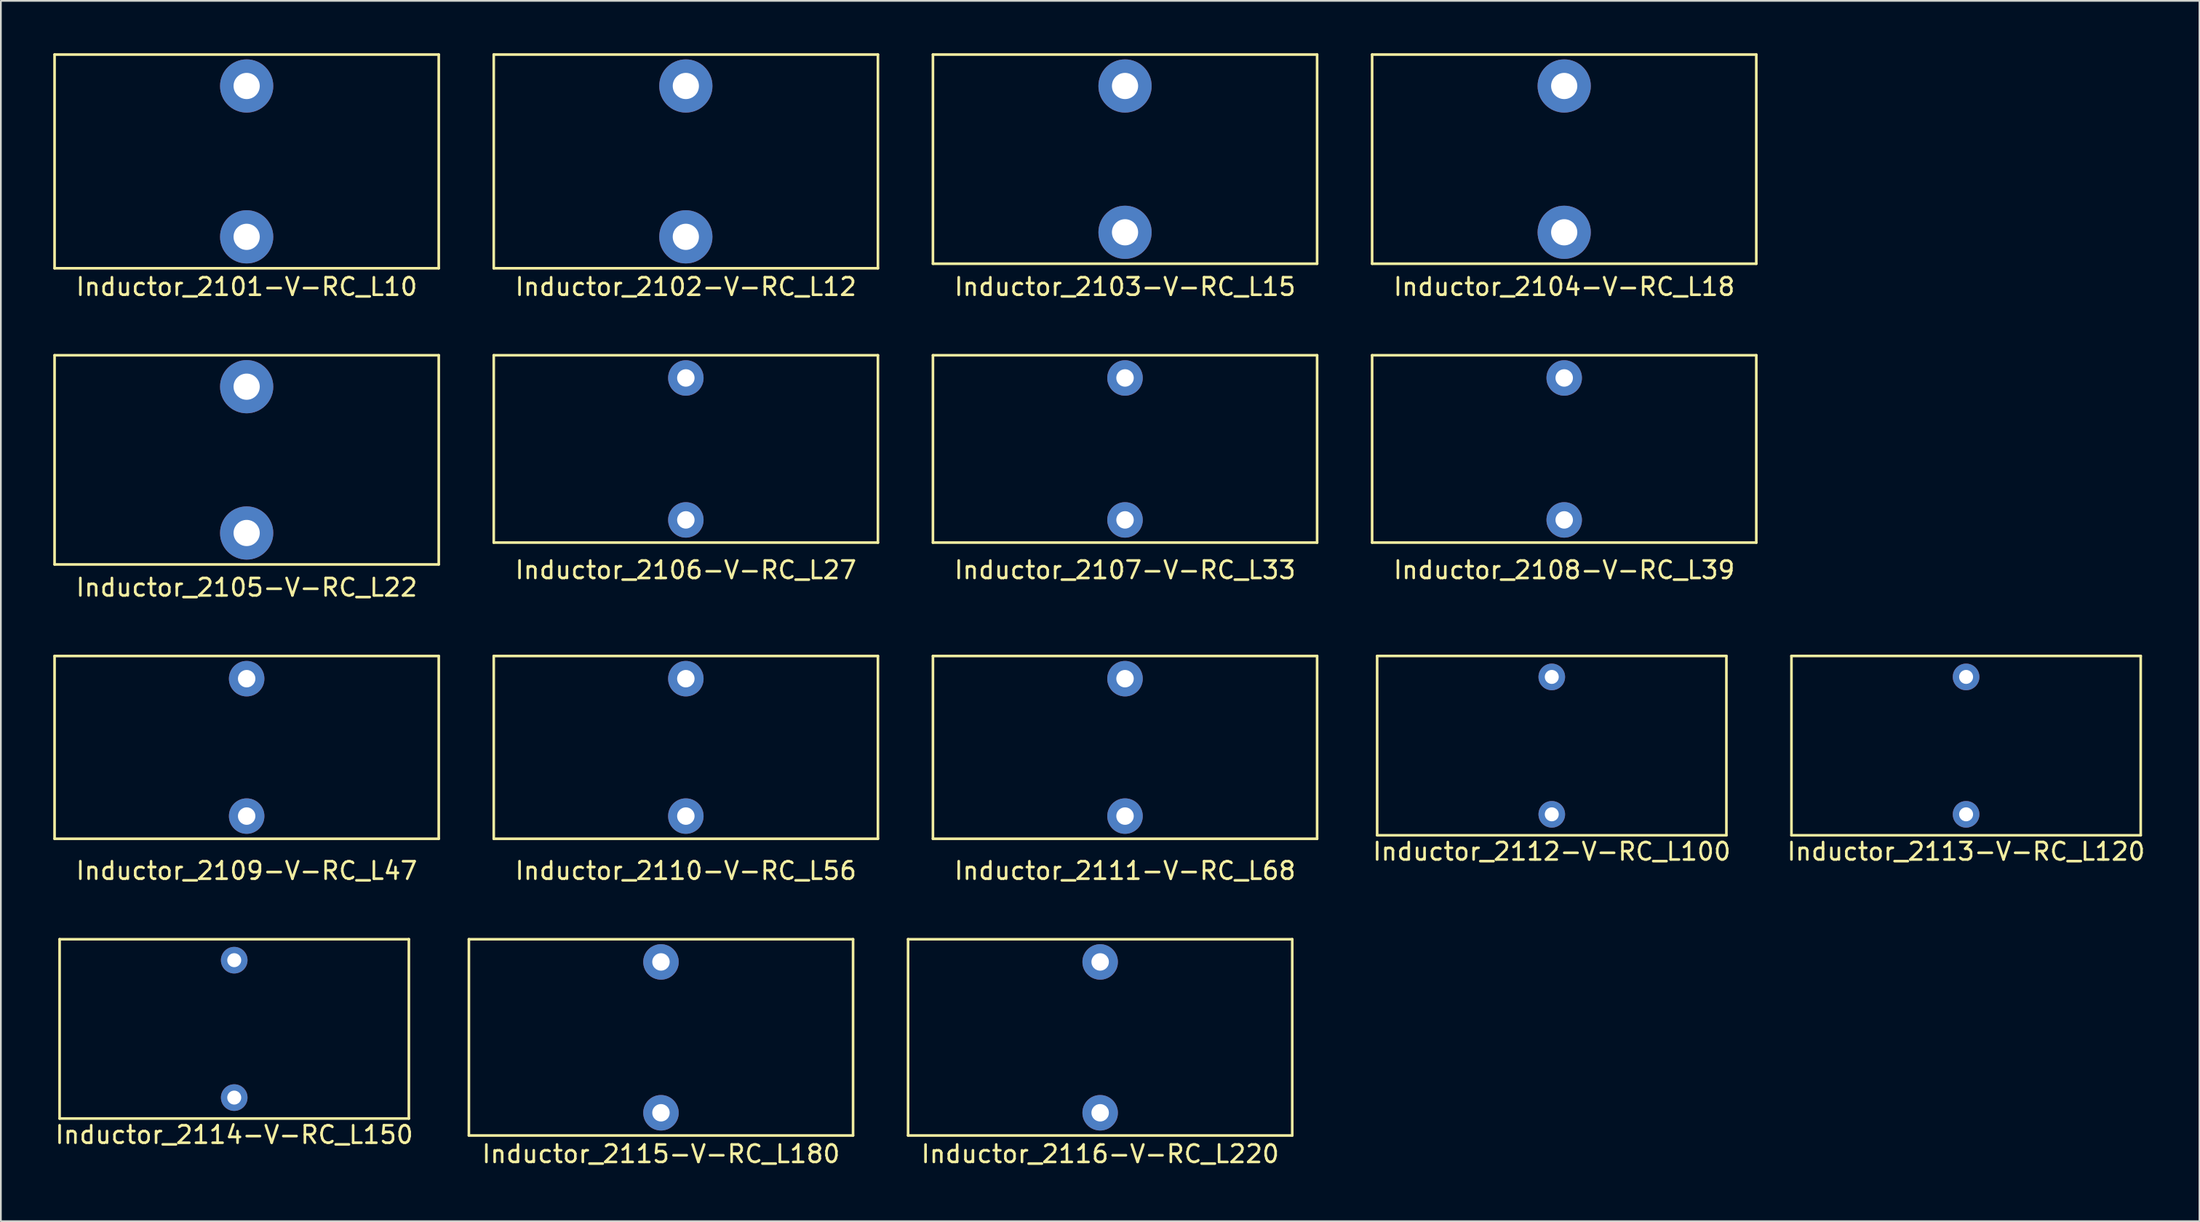
<source format=kicad_pcb>
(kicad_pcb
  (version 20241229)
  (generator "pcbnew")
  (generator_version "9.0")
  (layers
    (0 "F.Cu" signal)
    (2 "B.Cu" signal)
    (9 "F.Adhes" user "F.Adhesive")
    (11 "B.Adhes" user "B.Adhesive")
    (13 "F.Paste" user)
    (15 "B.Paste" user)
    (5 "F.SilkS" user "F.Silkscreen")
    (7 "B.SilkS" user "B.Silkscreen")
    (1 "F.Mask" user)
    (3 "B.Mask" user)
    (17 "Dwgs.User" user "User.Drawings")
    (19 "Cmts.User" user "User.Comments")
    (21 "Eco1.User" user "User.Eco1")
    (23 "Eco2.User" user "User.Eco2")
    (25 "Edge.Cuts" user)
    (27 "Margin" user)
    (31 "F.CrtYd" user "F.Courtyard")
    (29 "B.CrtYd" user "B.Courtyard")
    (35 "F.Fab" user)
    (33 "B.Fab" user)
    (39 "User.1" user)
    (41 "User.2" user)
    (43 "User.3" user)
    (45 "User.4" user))
  (footprint "Inductor_2110-V-RC_L56"
    (layer "F.Cu")
    (at 36.225 35.822)
    (property "Reference" "Inductor_2110-V-RC_L56" (at 0 11 0) (layer "F.SilkS") (effects (font (size 1 1) (thickness 0.15))))
    (attr through_hole)
    (fp_line (start -11 -1.3) (end -11 9.17) (stroke (width 0.15) (type solid)) (layer "F.SilkS"))
    (fp_line (start -11 -1.3) (end 11 -1.3) (stroke (width 0.15) (type solid)) (layer "F.SilkS"))
    (fp_line (start -11 9.17) (end 11 9.17) (stroke (width 0.15) (type solid)) (layer "F.SilkS"))
    (fp_line (start 11 -1.3) (end 11 9.17) (stroke (width 0.15) (type solid)) (layer "F.SilkS"))
    (pad "1" thru_hole circle (at 0 0) (size 2.032 2.032) (drill 1) (layers "*.Cu" "*.Mask"))
    (pad "2" thru_hole circle (at 0 7.87) (size 2.032 2.032) (drill 1) (layers "*.Cu" "*.Mask")))
  (footprint "Inductor_2105-V-RC_L22"
    (layer "F.Cu")
    (at 11.075 19.098)
    (property "Reference" "Inductor_2105-V-RC_L22" (at 0 11.5 0) (layer "F.SilkS") (effects (font (size 1 1) (thickness 0.15))))
    (attr through_hole)
    (fp_line (start -11 -1.8) (end -11 10.18) (stroke (width 0.15) (type solid)) (layer "F.SilkS"))
    (fp_line (start -11 -1.8) (end 11 -1.8) (stroke (width 0.15) (type solid)) (layer "F.SilkS"))
    (fp_line (start -11 10.18) (end 11 10.18) (stroke (width 0.15) (type solid)) (layer "F.SilkS"))
    (fp_line (start 11 -1.8) (end 11 10.18) (stroke (width 0.15) (type solid)) (layer "F.SilkS"))
    (pad "1" thru_hole circle (at 0 0) (size 3.048 3.048) (drill 1.5) (layers "*.Cu" "*.Mask"))
    (pad "2" thru_hole circle (at 0 8.38) (size 3.048 3.048) (drill 1.5) (layers "*.Cu" "*.Mask")))
  (footprint "Inductor_2109-V-RC_L47"
    (layer "F.Cu")
    (at 11.075 35.822)
    (property "Reference" "Inductor_2109-V-RC_L47" (at 0 11 0) (layer "F.SilkS") (effects (font (size 1 1) (thickness 0.15))))
    (attr through_hole)
    (fp_line (start -11 -1.3) (end -11 9.17) (stroke (width 0.15) (type solid)) (layer "F.SilkS"))
    (fp_line (start -11 -1.3) (end 11 -1.3) (stroke (width 0.15) (type solid)) (layer "F.SilkS"))
    (fp_line (start -11 9.17) (end 11 9.17) (stroke (width 0.15) (type solid)) (layer "F.SilkS"))
    (fp_line (start 11 -1.3) (end 11 9.17) (stroke (width 0.15) (type solid)) (layer "F.SilkS"))
    (pad "1" thru_hole circle (at 0 0) (size 2.032 2.032) (drill 1) (layers "*.Cu" "*.Mask"))
    (pad "2" thru_hole circle (at 0 7.87) (size 2.032 2.032) (drill 1) (layers "*.Cu" "*.Mask")))
  (footprint "Inductor_2102-V-RC_L12"
    (layer "F.Cu")
    (at 36.225 1.875)
    (property "Reference" "Inductor_2102-V-RC_L12" (at 0 11.5 0) (layer "F.SilkS") (effects (font (size 1 1) (thickness 0.15))))
    (attr through_hole)
    (fp_line (start -11 -1.8) (end -11 10.44) (stroke (width 0.15) (type solid)) (layer "F.SilkS"))
    (fp_line (start -11 -1.8) (end 11 -1.8) (stroke (width 0.15) (type solid)) (layer "F.SilkS"))
    (fp_line (start -11 10.44) (end 11 10.44) (stroke (width 0.15) (type solid)) (layer "F.SilkS"))
    (fp_line (start 11 -1.8) (end 11 10.44) (stroke (width 0.15) (type solid)) (layer "F.SilkS"))
    (pad "1" thru_hole circle (at 0 0) (size 3.048 3.048) (drill 1.5) (layers "*.Cu" "*.Mask"))
    (pad "2" thru_hole circle (at 0 8.64) (size 3.048 3.048) (drill 1.5) (layers "*.Cu" "*.Mask")))
  (footprint "Inductor_2104-V-RC_L18"
    (layer "F.Cu")
    (at 86.525 1.875)
    (property "Reference" "Inductor_2104-V-RC_L18" (at 0 11.5 0) (layer "F.SilkS") (effects (font (size 1 1) (thickness 0.15))))
    (attr through_hole)
    (fp_line (start -11 -1.8) (end -11 10.18) (stroke (width 0.15) (type solid)) (layer "F.SilkS"))
    (fp_line (start -11 -1.8) (end 11 -1.8) (stroke (width 0.15) (type solid)) (layer "F.SilkS"))
    (fp_line (start -11 10.18) (end 11 10.18) (stroke (width 0.15) (type solid)) (layer "F.SilkS"))
    (fp_line (start 11 -1.8) (end 11 10.18) (stroke (width 0.15) (type solid)) (layer "F.SilkS"))
    (pad "1" thru_hole circle (at 0 0) (size 3.048 3.048) (drill 1.5) (layers "*.Cu" "*.Mask"))
    (pad "2" thru_hole circle (at 0 8.38) (size 3.048 3.048) (drill 1.5) (layers "*.Cu" "*.Mask")))
  (footprint "Inductor_2115-V-RC_L180"
    (layer "F.Cu")
    (at 34.801 52.045)
    (property "Reference" "Inductor_2115-V-RC_L180" (at 0 11 0) (layer "F.SilkS") (effects (font (size 1 1) (thickness 0.15))))
    (attr through_hole)
    (fp_line (start -11 -1.3) (end -11 9.94) (stroke (width 0.15) (type solid)) (layer "F.SilkS"))
    (fp_line (start -11 -1.3) (end 11 -1.3) (stroke (width 0.15) (type solid)) (layer "F.SilkS"))
    (fp_line (start -11 9.94) (end 11 9.94) (stroke (width 0.15) (type solid)) (layer "F.SilkS"))
    (fp_line (start 11 -1.3) (end 11 9.94) (stroke (width 0.15) (type solid)) (layer "F.SilkS"))
    (pad "1" thru_hole circle (at 0 0) (size 2.032 2.032) (drill 1) (layers "*.Cu" "*.Mask"))
    (pad "2" thru_hole circle (at 0 8.64) (size 2.032 2.032) (drill 1) (layers "*.Cu" "*.Mask")))
  (footprint "Inductor_2114-V-RC_L150"
    (layer "F.Cu")
    (at 10.363 51.945)
    (property "Reference" "Inductor_2114-V-RC_L150" (at 0 10 0) (layer "F.SilkS") (effects (font (size 1 1) (thickness 0.15))))
    (attr through_hole)
    (fp_line (start -10 -1.2) (end -10 9.07) (stroke (width 0.15) (type solid)) (layer "F.SilkS"))
    (fp_line (start -10 -1.2) (end 10 -1.2) (stroke (width 0.15) (type solid)) (layer "F.SilkS"))
    (fp_line (start -10 9.07) (end 10 9.07) (stroke (width 0.15) (type solid)) (layer "F.SilkS"))
    (fp_line (start 10 -1.2) (end 10 9.07) (stroke (width 0.15) (type solid)) (layer "F.SilkS"))
    (pad "1" thru_hole circle (at 0 0) (size 1.524 1.524) (drill 0.8) (layers "*.Cu" "*.Mask"))
    (pad "2" thru_hole circle (at 0 7.87) (size 1.524 1.524) (drill 0.8) (layers "*.Cu" "*.Mask")))
  (footprint "Inductor_2103-V-RC_L15"
    (layer "F.Cu")
    (at 61.375 1.875)
    (property "Reference" "Inductor_2103-V-RC_L15" (at 0 11.5 0) (layer "F.SilkS") (effects (font (size 1 1) (thickness 0.15))))
    (attr through_hole)
    (fp_line (start -11 -1.8) (end -11 10.18) (stroke (width 0.15) (type solid)) (layer "F.SilkS"))
    (fp_line (start -11 -1.8) (end 11 -1.8) (stroke (width 0.15) (type solid)) (layer "F.SilkS"))
    (fp_line (start -11 10.18) (end 11 10.18) (stroke (width 0.15) (type solid)) (layer "F.SilkS"))
    (fp_line (start 11 -1.8) (end 11 10.18) (stroke (width 0.15) (type solid)) (layer "F.SilkS"))
    (pad "1" thru_hole circle (at 0 0) (size 3.048 3.048) (drill 1.5) (layers "*.Cu" "*.Mask"))
    (pad "2" thru_hole circle (at 0 8.38) (size 3.048 3.048) (drill 1.5) (layers "*.Cu" "*.Mask")))
  (footprint "Inductor_2101-V-RC_L10"
    (layer "F.Cu")
    (at 11.075 1.875)
    (property "Reference" "Inductor_2101-V-RC_L10" (at 0 11.5 0) (layer "F.SilkS") (effects (font (size 1 1) (thickness 0.15))))
    (attr through_hole)
    (fp_line (start -11 -1.8) (end -11 10.44) (stroke (width 0.15) (type solid)) (layer "F.SilkS"))
    (fp_line (start -11 -1.8) (end 11 -1.8) (stroke (width 0.15) (type solid)) (layer "F.SilkS"))
    (fp_line (start -11 10.44) (end 11 10.44) (stroke (width 0.15) (type solid)) (layer "F.SilkS"))
    (fp_line (start 11 -1.8) (end 11 10.44) (stroke (width 0.15) (type solid)) (layer "F.SilkS"))
    (pad "1" thru_hole circle (at 0 0) (size 3.048 3.048) (drill 1.5) (layers "*.Cu" "*.Mask"))
    (pad "2" thru_hole circle (at 0 8.64) (size 3.048 3.048) (drill 1.5) (layers "*.Cu" "*.Mask")))
  (footprint "Inductor_2116-V-RC_L220"
    (layer "F.Cu")
    (at 59.951 52.045)
    (property "Reference" "Inductor_2116-V-RC_L220" (at 0 11 0) (layer "F.SilkS") (effects (font (size 1 1) (thickness 0.15))))
    (attr through_hole)
    (fp_line (start -11 -1.3) (end -11 9.94) (stroke (width 0.15) (type solid)) (layer "F.SilkS"))
    (fp_line (start -11 -1.3) (end 11 -1.3) (stroke (width 0.15) (type solid)) (layer "F.SilkS"))
    (fp_line (start -11 9.94) (end 11 9.94) (stroke (width 0.15) (type solid)) (layer "F.SilkS"))
    (fp_line (start 11 -1.3) (end 11 9.94) (stroke (width 0.15) (type solid)) (layer "F.SilkS"))
    (pad "1" thru_hole circle (at 0 0) (size 2.032 2.032) (drill 1) (layers "*.Cu" "*.Mask"))
    (pad "2" thru_hole circle (at 0 8.64) (size 2.032 2.032) (drill 1) (layers "*.Cu" "*.Mask")))
  (footprint "Inductor_2112-V-RC_L100"
    (layer "F.Cu")
    (at 85.813 35.721)
    (property "Reference" "Inductor_2112-V-RC_L100" (at 0 10 0) (layer "F.SilkS") (effects (font (size 1 1) (thickness 0.15))))
    (attr through_hole)
    (fp_line (start -10 -1.2) (end -10 9.07) (stroke (width 0.15) (type solid)) (layer "F.SilkS"))
    (fp_line (start -10 -1.2) (end 10 -1.2) (stroke (width 0.15) (type solid)) (layer "F.SilkS"))
    (fp_line (start -10 9.07) (end 10 9.07) (stroke (width 0.15) (type solid)) (layer "F.SilkS"))
    (fp_line (start 10 -1.2) (end 10 9.07) (stroke (width 0.15) (type solid)) (layer "F.SilkS"))
    (pad "1" thru_hole circle (at 0 0) (size 1.524 1.524) (drill 0.8) (layers "*.Cu" "*.Mask"))
    (pad "2" thru_hole circle (at 0 7.87) (size 1.524 1.524) (drill 0.8) (layers "*.Cu" "*.Mask")))
  (footprint "Inductor_2108-V-RC_L39"
    (layer "F.Cu")
    (at 86.525 18.598)
    (property "Reference" "Inductor_2108-V-RC_L39" (at 0 11 0) (layer "F.SilkS") (effects (font (size 1 1) (thickness 0.15))))
    (attr through_hole)
    (fp_line (start -11 -1.3) (end -11 9.43) (stroke (width 0.15) (type solid)) (layer "F.SilkS"))
    (fp_line (start -11 -1.3) (end 11 -1.3) (stroke (width 0.15) (type solid)) (layer "F.SilkS"))
    (fp_line (start -11 9.43) (end 11 9.43) (stroke (width 0.15) (type solid)) (layer "F.SilkS"))
    (fp_line (start 11 -1.3) (end 11 9.43) (stroke (width 0.15) (type solid)) (layer "F.SilkS"))
    (pad "1" thru_hole circle (at 0 0) (size 2.032 2.032) (drill 1) (layers "*.Cu" "*.Mask"))
    (pad "2" thru_hole circle (at 0 8.13) (size 2.032 2.032) (drill 1) (layers "*.Cu" "*.Mask")))
  (footprint "Inductor_2106-V-RC_L27"
    (layer "F.Cu")
    (at 36.225 18.598)
    (property "Reference" "Inductor_2106-V-RC_L27" (at 0 11 0) (layer "F.SilkS") (effects (font (size 1 1) (thickness 0.15))))
    (attr through_hole)
    (fp_line (start -11 -1.3) (end -11 9.43) (stroke (width 0.15) (type solid)) (layer "F.SilkS"))
    (fp_line (start -11 -1.3) (end 11 -1.3) (stroke (width 0.15) (type solid)) (layer "F.SilkS"))
    (fp_line (start -11 9.43) (end 11 9.43) (stroke (width 0.15) (type solid)) (layer "F.SilkS"))
    (fp_line (start 11 -1.3) (end 11 9.43) (stroke (width 0.15) (type solid)) (layer "F.SilkS"))
    (pad "1" thru_hole circle (at 0 0) (size 2.032 2.032) (drill 1) (layers "*.Cu" "*.Mask"))
    (pad "2" thru_hole circle (at 0 8.13) (size 2.032 2.032) (drill 1) (layers "*.Cu" "*.Mask")))
  (footprint "Inductor_2107-V-RC_L33"
    (layer "F.Cu")
    (at 61.375 18.598)
    (property "Reference" "Inductor_2107-V-RC_L33" (at 0 11 0) (layer "F.SilkS") (effects (font (size 1 1) (thickness 0.15))))
    (attr through_hole)
    (fp_line (start -11 -1.3) (end -11 9.43) (stroke (width 0.15) (type solid)) (layer "F.SilkS"))
    (fp_line (start -11 -1.3) (end 11 -1.3) (stroke (width 0.15) (type solid)) (layer "F.SilkS"))
    (fp_line (start -11 9.43) (end 11 9.43) (stroke (width 0.15) (type solid)) (layer "F.SilkS"))
    (fp_line (start 11 -1.3) (end 11 9.43) (stroke (width 0.15) (type solid)) (layer "F.SilkS"))
    (pad "1" thru_hole circle (at 0 0) (size 2.032 2.032) (drill 1) (layers "*.Cu" "*.Mask"))
    (pad "2" thru_hole circle (at 0 8.13) (size 2.032 2.032) (drill 1) (layers "*.Cu" "*.Mask")))
  (footprint "Inductor_2111-V-RC_L68"
    (layer "F.Cu")
    (at 61.375 35.822)
    (property "Reference" "Inductor_2111-V-RC_L68" (at 0 11 0) (layer "F.SilkS") (effects (font (size 1 1) (thickness 0.15))))
    (attr through_hole)
    (fp_line (start -11 -1.3) (end -11 9.17) (stroke (width 0.15) (type solid)) (layer "F.SilkS"))
    (fp_line (start -11 -1.3) (end 11 -1.3) (stroke (width 0.15) (type solid)) (layer "F.SilkS"))
    (fp_line (start -11 9.17) (end 11 9.17) (stroke (width 0.15) (type solid)) (layer "F.SilkS"))
    (fp_line (start 11 -1.3) (end 11 9.17) (stroke (width 0.15) (type solid)) (layer "F.SilkS"))
    (pad "1" thru_hole circle (at 0 0) (size 2.032 2.032) (drill 1) (layers "*.Cu" "*.Mask"))
    (pad "2" thru_hole circle (at 0 7.87) (size 2.032 2.032) (drill 1) (layers "*.Cu" "*.Mask")))
  (footprint "Inductor_2113-V-RC_L120"
    (layer "F.Cu")
    (at 109.539 35.721)
    (property "Reference" "Inductor_2113-V-RC_L120" (at 0 10 0) (layer "F.SilkS") (effects (font (size 1 1) (thickness 0.15))))
    (attr through_hole)
    (fp_line (start -10 -1.2) (end -10 9.07) (stroke (width 0.15) (type solid)) (layer "F.SilkS"))
    (fp_line (start -10 -1.2) (end 10 -1.2) (stroke (width 0.15) (type solid)) (layer "F.SilkS"))
    (fp_line (start -10 9.07) (end 10 9.07) (stroke (width 0.15) (type solid)) (layer "F.SilkS"))
    (fp_line (start 10 -1.2) (end 10 9.07) (stroke (width 0.15) (type solid)) (layer "F.SilkS"))
    (pad "1" thru_hole circle (at 0 0) (size 1.524 1.524) (drill 0.8) (layers "*.Cu" "*.Mask"))
    (pad "2" thru_hole circle (at 0 7.87) (size 1.524 1.524) (drill 0.8) (layers "*.Cu" "*.Mask")))
  (gr_rect
    (start -3 -3)
    (end 122.902 66.893)
    (stroke (width 0.1) (type default))
    (fill no)
    (layer "Edge.Cuts")))
</source>
